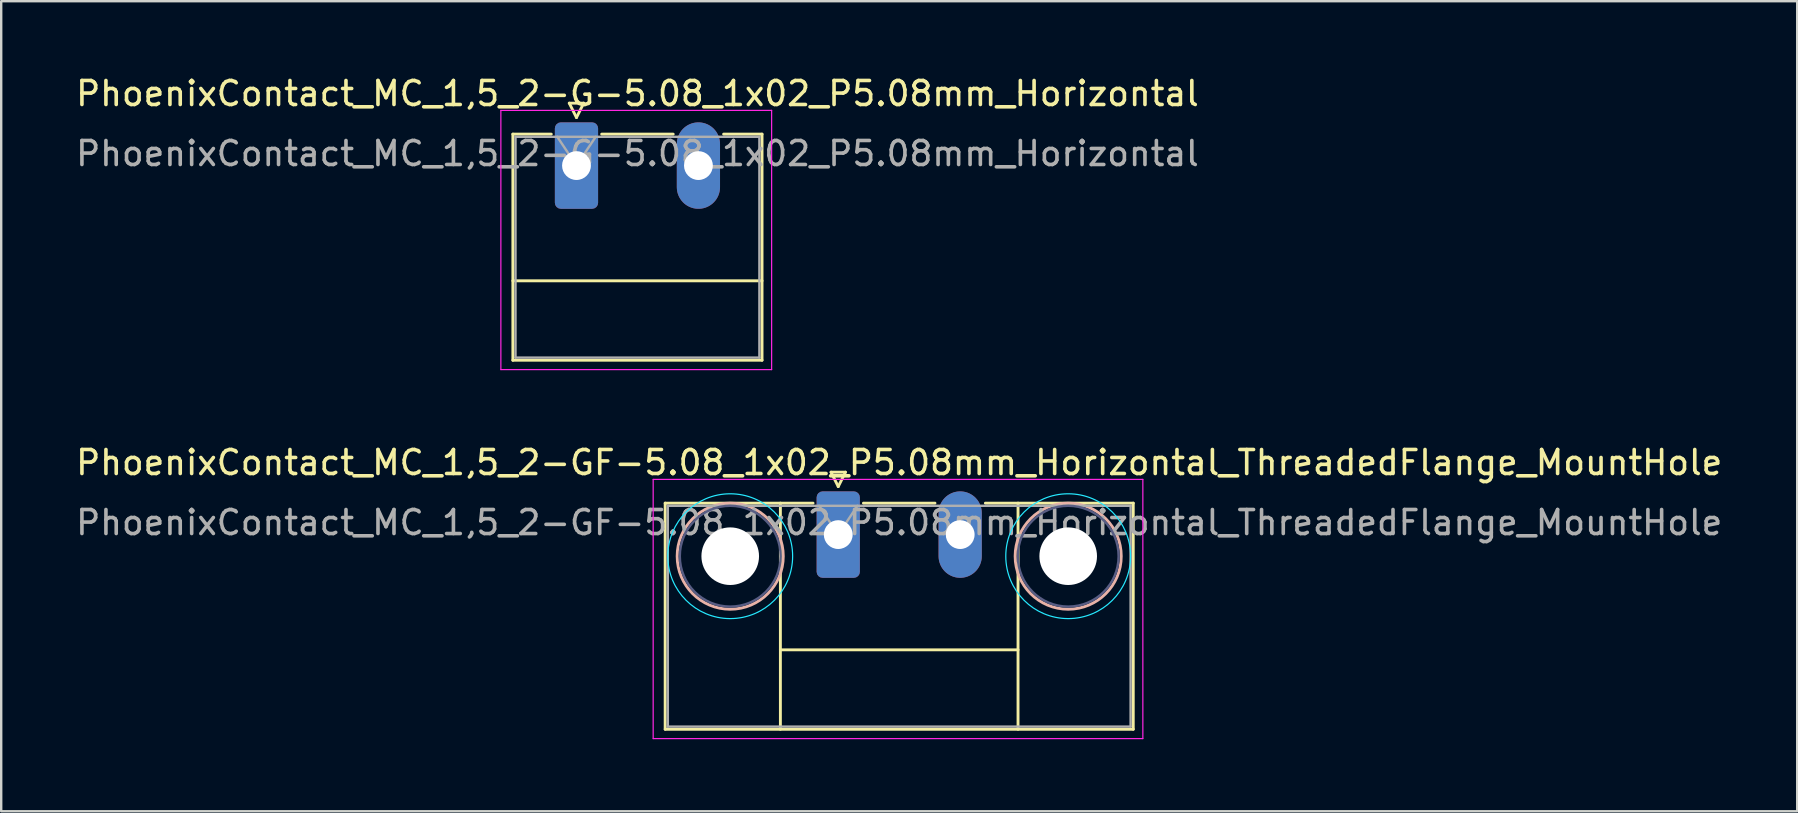
<source format=kicad_pcb>
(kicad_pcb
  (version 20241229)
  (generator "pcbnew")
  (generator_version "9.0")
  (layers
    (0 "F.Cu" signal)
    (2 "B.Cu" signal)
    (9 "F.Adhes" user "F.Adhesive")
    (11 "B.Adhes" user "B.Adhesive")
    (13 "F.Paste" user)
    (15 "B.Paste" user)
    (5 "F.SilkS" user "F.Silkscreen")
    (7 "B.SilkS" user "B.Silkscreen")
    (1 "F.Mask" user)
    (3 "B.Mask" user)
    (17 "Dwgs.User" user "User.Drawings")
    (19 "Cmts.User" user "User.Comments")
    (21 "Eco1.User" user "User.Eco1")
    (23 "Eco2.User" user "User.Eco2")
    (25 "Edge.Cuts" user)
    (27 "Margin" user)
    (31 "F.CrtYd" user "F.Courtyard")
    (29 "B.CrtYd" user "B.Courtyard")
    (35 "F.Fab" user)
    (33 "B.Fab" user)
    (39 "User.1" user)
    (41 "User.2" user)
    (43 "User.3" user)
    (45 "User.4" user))
  (footprint "PhoenixContact_MC_1,5_2-GF-5.08_1x02_P5.08mm_Horizontal_ThreadedFlange_MountHole"
    (layer "F.Cu")
    (at 31.871 19.221)
    (property "Reference" "PhoenixContact_MC_1,5_2-GF-5.08_1x02_P5.08mm_Horizontal_ThreadedFlange_MountHole" (at 2.54 -3 0) (layer "F.SilkS") (effects (font (size 1 1) (thickness 0.15))))
    (attr through_hole)
    (fp_line (start -7.21 -1.31) (end -7.21 8.11) (stroke (width 0.12) (type solid)) (layer "F.SilkS"))
    (fp_line (start -7.21 -1.31) (end -1.05 -1.31) (stroke (width 0.12) (type solid)) (layer "F.SilkS"))
    (fp_line (start -7.21 8.11) (end 12.29 8.11) (stroke (width 0.12) (type solid)) (layer "F.SilkS"))
    (fp_line (start -2.41 -1.31) (end -2.41 8.11) (stroke (width 0.12) (type solid)) (layer "F.SilkS"))
    (fp_line (start -2.41 4.8) (end 7.49 4.8) (stroke (width 0.12) (type solid)) (layer "F.SilkS"))
    (fp_line (start -0.3 -2.6) (end 0.3 -2.6) (stroke (width 0.12) (type solid)) (layer "F.SilkS"))
    (fp_line (start 0 -2) (end -0.3 -2.6) (stroke (width 0.12) (type solid)) (layer "F.SilkS"))
    (fp_line (start 0.3 -2.6) (end 0 -2) (stroke (width 0.12) (type solid)) (layer "F.SilkS"))
    (fp_line (start 1.05 -1.31) (end 4.03 -1.31) (stroke (width 0.12) (type solid)) (layer "F.SilkS"))
    (fp_line (start 7.49 -1.31) (end 7.49 8.11) (stroke (width 0.12) (type solid)) (layer "F.SilkS"))
    (fp_line (start 12.29 -1.31) (end 6.13 -1.31) (stroke (width 0.12) (type solid)) (layer "F.SilkS"))
    (fp_line (start 12.29 8.11) (end 12.29 -1.31) (stroke (width 0.12) (type solid)) (layer "F.SilkS"))
    (fp_circle (center -4.5 0.9) (end -2.29 0.9) (stroke (width 0.12) (type solid)) (fill no) (layer "B.SilkS"))
    (fp_circle (center 9.58 0.9) (end 11.79 0.9) (stroke (width 0.12) (type solid)) (fill no) (layer "B.SilkS"))
    (fp_circle (center -4.5 0.9) (end -1.9 0.9) (stroke (width 0.05) (type solid)) (fill no) (layer "B.CrtYd"))
    (fp_circle (center 9.58 0.9) (end 12.18 0.9) (stroke (width 0.05) (type solid)) (fill no) (layer "B.CrtYd"))
    (fp_line (start -7.71 -2.3) (end -7.71 8.5) (stroke (width 0.05) (type solid)) (layer "F.CrtYd"))
    (fp_line (start -7.71 8.5) (end 12.69 8.5) (stroke (width 0.05) (type solid)) (layer "F.CrtYd"))
    (fp_line (start 12.69 -2.3) (end -7.71 -2.3) (stroke (width 0.05) (type solid)) (layer "F.CrtYd"))
    (fp_line (start 12.69 8.5) (end 12.69 -2.3) (stroke (width 0.05) (type solid)) (layer "F.CrtYd"))
    (fp_circle (center -4.5 0.9) (end -2.4 0.9) (stroke (width 0.1) (type solid)) (fill no) (layer "B.Fab"))
    (fp_circle (center 9.58 0.9) (end 11.68 0.9) (stroke (width 0.1) (type solid)) (fill no) (layer "B.Fab"))
    (fp_line (start -7.1 -1.2) (end -7.1 8) (stroke (width 0.1) (type solid)) (layer "F.Fab"))
    (fp_line (start -7.1 8) (end 12.18 8) (stroke (width 0.1) (type solid)) (layer "F.Fab"))
    (fp_line (start 0 0) (end -0.8 -1.2) (stroke (width 0.1) (type solid)) (layer "F.Fab"))
    (fp_line (start 0.8 -1.2) (end 0 0) (stroke (width 0.1) (type solid)) (layer "F.Fab"))
    (fp_line (start 12.18 -1.2) (end -7.1 -1.2) (stroke (width 0.1) (type solid)) (layer "F.Fab"))
    (fp_line (start 12.18 8) (end 12.18 -1.2) (stroke (width 0.1) (type solid)) (layer "F.Fab"))
    (fp_text user "${REFERENCE}" (at 2.54 -0.5 0) (layer "F.Fab") (effects (font (size 1 1) (thickness 0.15))))
    (pad "" np_thru_hole circle (at -4.5 0.9) (size 2.4 2.4) (drill 2.4) (layers "*.Cu" "*.Mask"))
    (pad "" np_thru_hole circle (at 9.58 0.9) (size 2.4 2.4) (drill 2.4) (layers "*.Cu" "*.Mask"))
    (pad "1" thru_hole roundrect (at 0 0) (size 1.8 3.6) (drill 1.2) (layers "*.Cu" "*.Mask") (roundrect_rratio 0.139))
    (pad "2" thru_hole oval (at 5.08 0) (size 1.8 3.6) (drill 1.2) (layers "*.Cu" "*.Mask")))
  (footprint "PhoenixContact_MC_1,5_2-G-5.08_1x02_P5.08mm_Horizontal"
    (layer "F.Cu")
    (at 20.966 3.848)
    (property "Reference" "PhoenixContact_MC_1,5_2-G-5.08_1x02_P5.08mm_Horizontal" (at 2.54 -3 0) (layer "F.SilkS") (effects (font (size 1 1) (thickness 0.15))))
    (attr through_hole)
    (fp_line (start -2.65 -1.31) (end -2.65 8.11) (stroke (width 0.12) (type solid)) (layer "F.SilkS"))
    (fp_line (start -2.65 -1.31) (end -1.05 -1.31) (stroke (width 0.12) (type solid)) (layer "F.SilkS"))
    (fp_line (start -2.65 4.8) (end 7.73 4.8) (stroke (width 0.12) (type solid)) (layer "F.SilkS"))
    (fp_line (start -2.65 8.11) (end 7.73 8.11) (stroke (width 0.12) (type solid)) (layer "F.SilkS"))
    (fp_line (start -0.3 -2.6) (end 0.3 -2.6) (stroke (width 0.12) (type solid)) (layer "F.SilkS"))
    (fp_line (start 0 -2) (end -0.3 -2.6) (stroke (width 0.12) (type solid)) (layer "F.SilkS"))
    (fp_line (start 0.3 -2.6) (end 0 -2) (stroke (width 0.12) (type solid)) (layer "F.SilkS"))
    (fp_line (start 1.05 -1.31) (end 4.03 -1.31) (stroke (width 0.12) (type solid)) (layer "F.SilkS"))
    (fp_line (start 7.73 -1.31) (end 6.13 -1.31) (stroke (width 0.12) (type solid)) (layer "F.SilkS"))
    (fp_line (start 7.73 8.11) (end 7.73 -1.31) (stroke (width 0.12) (type solid)) (layer "F.SilkS"))
    (fp_line (start -3.15 -2.3) (end -3.15 8.5) (stroke (width 0.05) (type solid)) (layer "F.CrtYd"))
    (fp_line (start -3.15 8.5) (end 8.13 8.5) (stroke (width 0.05) (type solid)) (layer "F.CrtYd"))
    (fp_line (start 8.13 -2.3) (end -3.15 -2.3) (stroke (width 0.05) (type solid)) (layer "F.CrtYd"))
    (fp_line (start 8.13 8.5) (end 8.13 -2.3) (stroke (width 0.05) (type solid)) (layer "F.CrtYd"))
    (fp_line (start -2.54 -1.2) (end -2.54 8) (stroke (width 0.1) (type solid)) (layer "F.Fab"))
    (fp_line (start -2.54 8) (end 7.62 8) (stroke (width 0.1) (type solid)) (layer "F.Fab"))
    (fp_line (start 0 0) (end -0.8 -1.2) (stroke (width 0.1) (type solid)) (layer "F.Fab"))
    (fp_line (start 0.8 -1.2) (end 0 0) (stroke (width 0.1) (type solid)) (layer "F.Fab"))
    (fp_line (start 7.62 -1.2) (end -2.54 -1.2) (stroke (width 0.1) (type solid)) (layer "F.Fab"))
    (fp_line (start 7.62 8) (end 7.62 -1.2) (stroke (width 0.1) (type solid)) (layer "F.Fab"))
    (fp_text user "${REFERENCE}" (at 2.54 -0.5 0) (layer "F.Fab") (effects (font (size 1 1) (thickness 0.15))))
    (pad "1" thru_hole roundrect (at 0 0) (size 1.8 3.6) (drill 1.2) (layers "*.Cu" "*.Mask") (roundrect_rratio 0.139))
    (pad "2" thru_hole oval (at 5.08 0) (size 1.8 3.6) (drill 1.2) (layers "*.Cu" "*.Mask")))
  (gr_rect
    (start -3 -3)
    (end 71.821 30.747)
    (stroke (width 0.1) (type default))
    (fill no)
    (layer "Edge.Cuts")))
</source>
